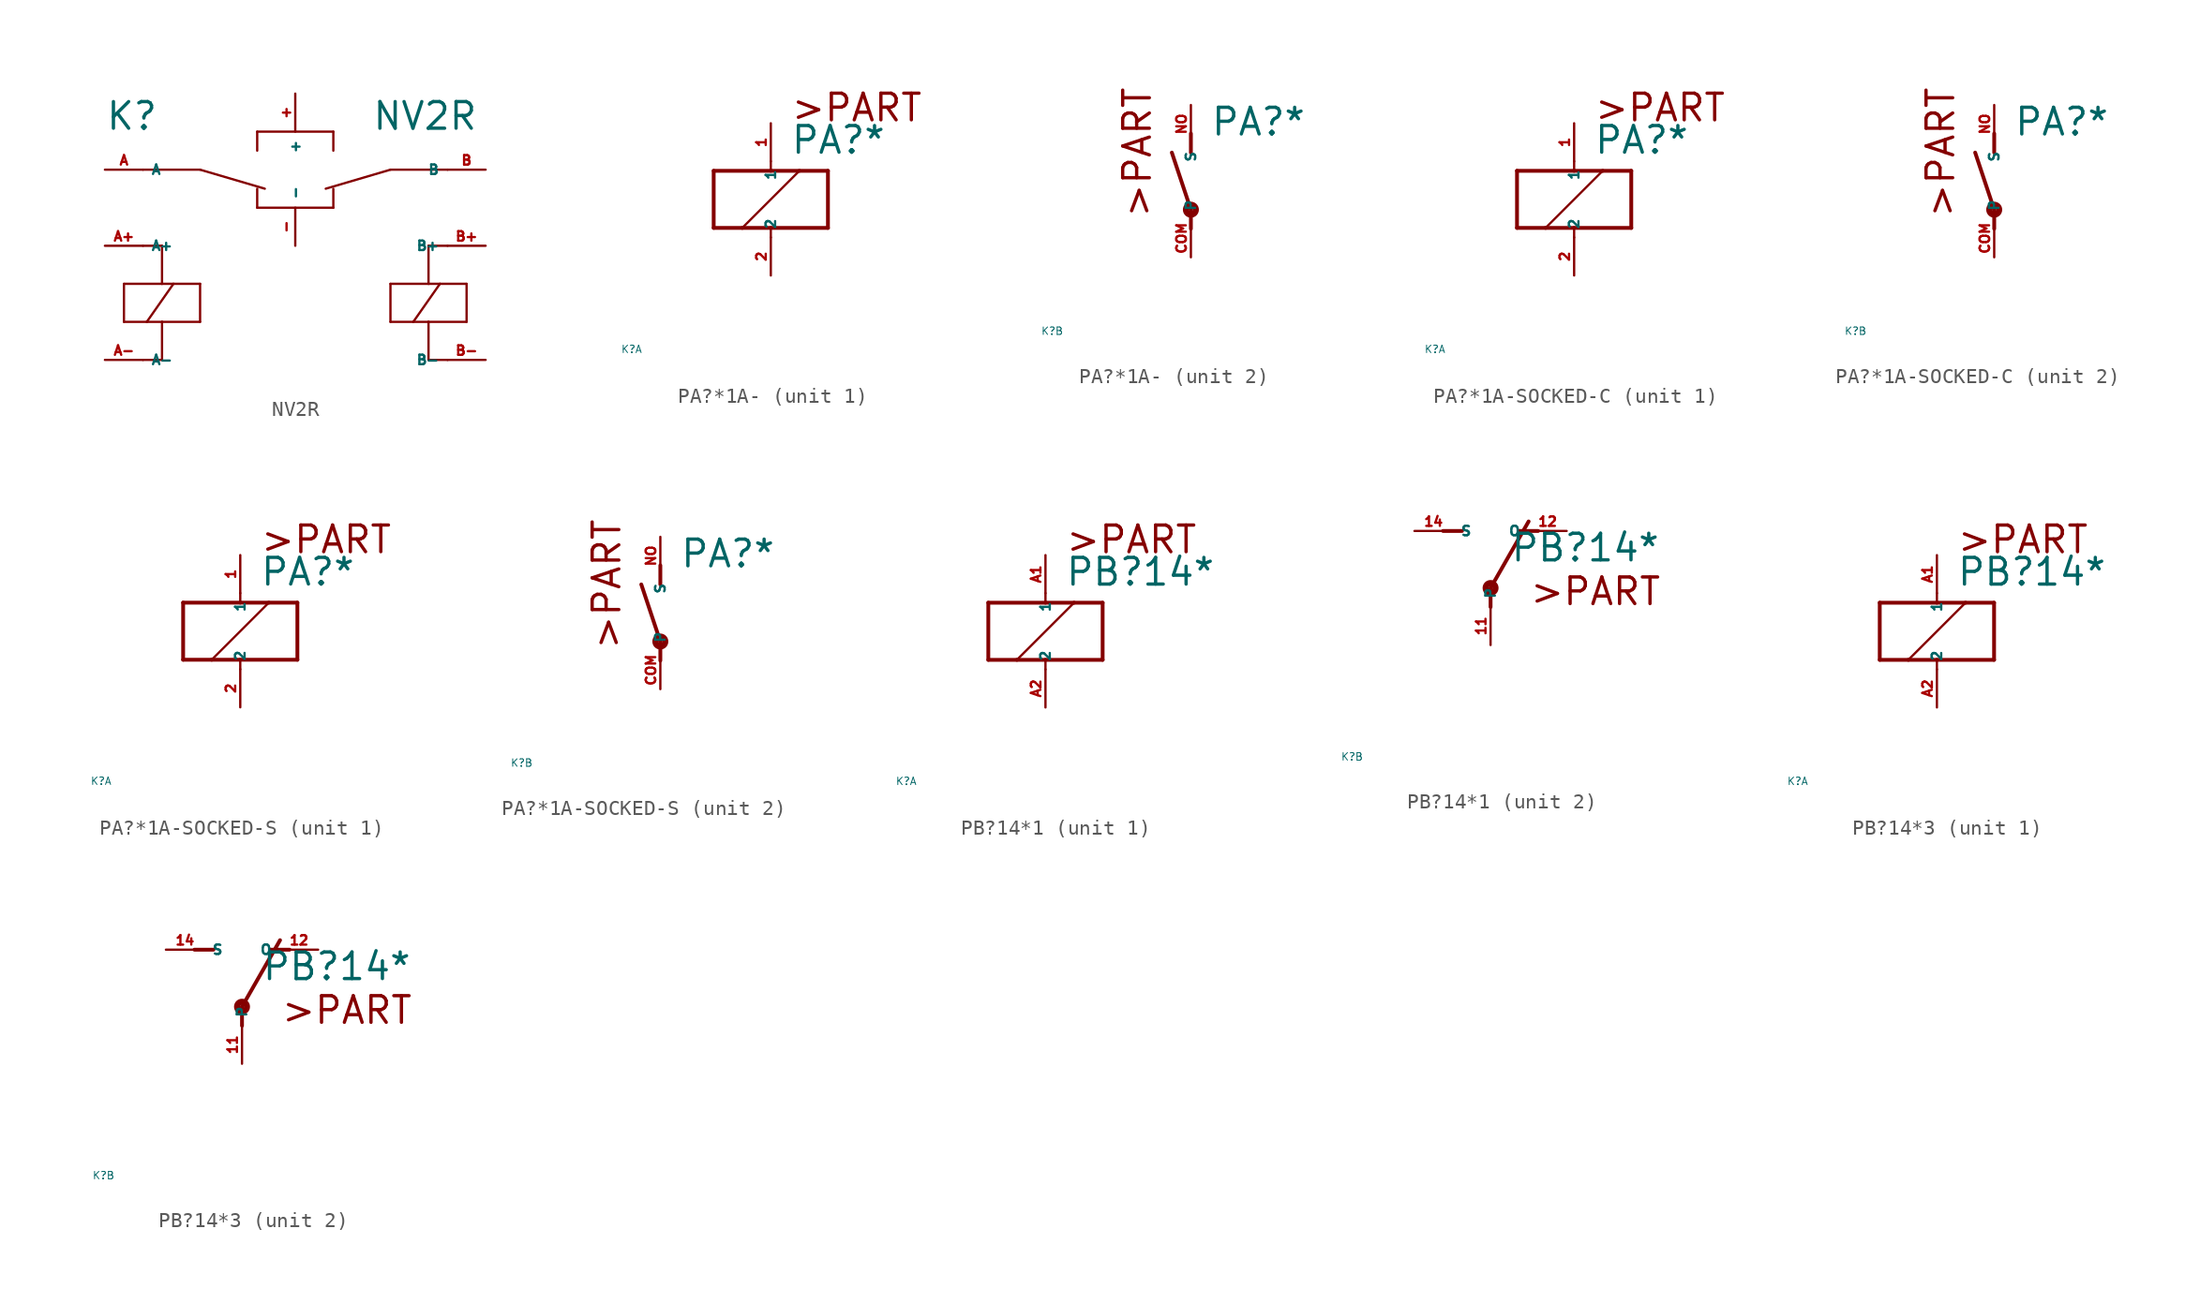
<source format=kicad_sym>
(kicad_symbol_lib
  (version 20220914)
  (generator Eagle2Kicad)
  (symbol "NV2R"
    (property "Reference" "K"
      (at -12.7 2.54 0)
      (effects (font (size 1.778 1.778) (thickness 0.22)) (justify left bottom)))
    (property "Value" "NV2R"
      (at 5.08 2.54 0)
      (effects (font (size 1.778 1.778) (thickness 0.22)) (justify left bottom)))
    (polyline
      (pts (xy -2.54 1.27) (xy -2.54 2.54))
      (stroke (width 0.152) (type default))
      (fill (type none)))
    (polyline
      (pts (xy -2.54 2.54) (xy 2.54 2.54))
      (stroke (width 0.152) (type default))
      (fill (type none)))
    (polyline
      (pts (xy 2.54 2.54) (xy 2.54 1.27))
      (stroke (width 0.152) (type default))
      (fill (type none)))
    (polyline
      (pts (xy -2.54 -1.27) (xy -2.54 -2.54))
      (stroke (width 0.152) (type default))
      (fill (type none)))
    (polyline
      (pts (xy -2.54 -2.54) (xy 2.54 -2.54))
      (stroke (width 0.152) (type default))
      (fill (type none)))
    (polyline
      (pts (xy 2.54 -2.54) (xy 2.54 -1.27))
      (stroke (width 0.152) (type default))
      (fill (type none)))
    (polyline
      (pts (xy -10.16 0) (xy -6.35 0))
      (stroke (width 0.152) (type default))
      (fill (type none)))
    (polyline
      (pts (xy 6.35 0) (xy 10.16 0))
      (stroke (width 0.152) (type default))
      (fill (type none)))
    (polyline
      (pts (xy -10.16 -5.08) (xy -8.89 -5.08))
      (stroke (width 0.152) (type default))
      (fill (type none)))
    (polyline
      (pts (xy -8.89 -5.08) (xy -8.89 -7.62))
      (stroke (width 0.152) (type default))
      (fill (type none)))
    (polyline
      (pts (xy -8.89 -7.62) (xy -11.43 -7.62))
      (stroke (width 0.152) (type default))
      (fill (type none)))
    (polyline
      (pts (xy -11.43 -7.62) (xy -11.43 -10.16))
      (stroke (width 0.152) (type default))
      (fill (type none)))
    (polyline
      (pts (xy -11.43 -10.16) (xy -9.906 -10.16))
      (stroke (width 0.152) (type default))
      (fill (type none)))
    (polyline
      (pts (xy -9.906 -10.16) (xy -8.89 -10.16))
      (stroke (width 0.152) (type default))
      (fill (type none)))
    (polyline
      (pts (xy -8.89 -10.16) (xy -6.35 -10.16))
      (stroke (width 0.152) (type default))
      (fill (type none)))
    (polyline
      (pts (xy -6.35 -10.16) (xy -6.35 -7.62))
      (stroke (width 0.152) (type default))
      (fill (type none)))
    (polyline
      (pts (xy -6.35 -7.62) (xy -8.128 -7.62))
      (stroke (width 0.152) (type default))
      (fill (type none)))
    (polyline
      (pts (xy -8.128 -7.62) (xy -8.89 -7.62))
      (stroke (width 0.152) (type default))
      (fill (type none)))
    (polyline
      (pts (xy -10.16 -12.7) (xy -8.89 -12.7))
      (stroke (width 0.152) (type default))
      (fill (type none)))
    (polyline
      (pts (xy -8.89 -12.7) (xy -8.89 -10.16))
      (stroke (width 0.152) (type default))
      (fill (type none)))
    (polyline
      (pts (xy -9.906 -10.16) (xy -8.128 -7.62))
      (stroke (width 0.152) (type default))
      (fill (type none)))
    (polyline
      (pts (xy 8.89 -5.08) (xy 8.89 -7.62))
      (stroke (width 0.152) (type default))
      (fill (type none)))
    (polyline
      (pts (xy 8.89 -7.62) (xy 6.35 -7.62))
      (stroke (width 0.152) (type default))
      (fill (type none)))
    (polyline
      (pts (xy 6.35 -7.62) (xy 6.35 -10.16))
      (stroke (width 0.152) (type default))
      (fill (type none)))
    (polyline
      (pts (xy 6.35 -10.16) (xy 7.874 -10.16))
      (stroke (width 0.152) (type default))
      (fill (type none)))
    (polyline
      (pts (xy 7.874 -10.16) (xy 8.89 -10.16))
      (stroke (width 0.152) (type default))
      (fill (type none)))
    (polyline
      (pts (xy 8.89 -10.16) (xy 11.43 -10.16))
      (stroke (width 0.152) (type default))
      (fill (type none)))
    (polyline
      (pts (xy 11.43 -10.16) (xy 11.43 -7.62))
      (stroke (width 0.152) (type default))
      (fill (type none)))
    (polyline
      (pts (xy 11.43 -7.62) (xy 9.652 -7.62))
      (stroke (width 0.152) (type default))
      (fill (type none)))
    (polyline
      (pts (xy 9.652 -7.62) (xy 8.89 -7.62))
      (stroke (width 0.152) (type default))
      (fill (type none)))
    (polyline
      (pts (xy 8.89 -12.7) (xy 8.89 -10.16))
      (stroke (width 0.152) (type default))
      (fill (type none)))
    (polyline
      (pts (xy 7.874 -10.16) (xy 9.652 -7.62))
      (stroke (width 0.152) (type default))
      (fill (type none)))
    (polyline
      (pts (xy 8.89 -5.08) (xy 10.16 -5.08))
      (stroke (width 0.152) (type default))
      (fill (type none)))
    (polyline
      (pts (xy 8.89 -12.7) (xy 10.16 -12.7))
      (stroke (width 0.152) (type default))
      (fill (type none)))
    (polyline
      (pts (xy -6.35 0) (xy -2.032 -1.27))
      (stroke (width 0.152) (type default))
      (fill (type none)))
    (polyline
      (pts (xy 6.35 0) (xy 2.032 -1.27))
      (stroke (width 0.152) (type default))
      (fill (type none)))
    (pin passive line
      (at -12.7 -5.08 0)
      (length 2.54)
      (name "A+" (effects (font (size 0.635 0.635) (thickness 0.08)) (justify left bottom)))
      (number "A+" (effects (font (size 0.635 0.635) (thickness 0.08)) (justify left bottom))))
    (pin passive line
      (at -12.7 0 0)
      (length 2.54)
      (name "A" (effects (font (size 0.635 0.635) (thickness 0.08)) (justify left bottom)))
      (number "A" (effects (font (size 0.635 0.635) (thickness 0.08)) (justify left bottom))))
    (pin passive line
      (at -12.7 -12.7 0)
      (length 2.54)
      (name "A-" (effects (font (size 0.635 0.635) (thickness 0.08)) (justify left bottom)))
      (number "A-" (effects (font (size 0.635 0.635) (thickness 0.08)) (justify left bottom))))
    (pin passive line
      (at 0 -5.08 90)
      (length 2.54)
      (name "-" (effects (font (size 0.635 0.635) (thickness 0.08)) (justify left bottom)))
      (number "-" (effects (font (size 0.635 0.635) (thickness 0.08)) (justify left bottom))))
    (pin passive line
      (at 0 5.08 270)
      (length 2.54)
      (name "+" (effects (font (size 0.635 0.635) (thickness 0.08)) (justify left bottom)))
      (number "+" (effects (font (size 0.635 0.635) (thickness 0.08)) (justify left bottom))))
    (pin passive line
      (at 12.7 -5.08 180)
      (length 2.54)
      (name "B+" (effects (font (size 0.635 0.635) (thickness 0.08)) (justify left bottom)))
      (number "B+" (effects (font (size 0.635 0.635) (thickness 0.08)) (justify left bottom))))
    (pin passive line
      (at 12.7 0 180)
      (length 2.54)
      (name "B" (effects (font (size 0.635 0.635) (thickness 0.08)) (justify left bottom)))
      (number "B" (effects (font (size 0.635 0.635) (thickness 0.08)) (justify left bottom))))
    (pin passive line
      (at 12.7 -12.7 180)
      (length 2.54)
      (name "B-" (effects (font (size 0.635 0.635) (thickness 0.08)) (justify left bottom)))
      (number "B-" (effects (font (size 0.635 0.635) (thickness 0.08)) (justify left bottom)))))
  (symbol "PA?*1A-"
    (property "Reference" "K"
      (at -10 -10 0)
      (effects (font (size 0.5 0.5) (thickness 0.06)) (justify left)))
    (property "Value" "PA?*"
      (at 1.27 2.921 0)
      (effects (font (size 1.778 1.778) (thickness 0.22)) (justify left bottom)))
    (symbol "PA?*1A-_1_0"
      (polyline (pts (xy -3.81 -1.905) (xy -1.905 -1.905)) (stroke (width 0.254) (type default)) (fill (type none)))
      (polyline (pts (xy 3.81 -1.905) (xy 3.81 1.905)) (stroke (width 0.254) (type default)) (fill (type none)))
      (polyline (pts (xy 3.81 1.905) (xy 1.905 1.905)) (stroke (width 0.254) (type default)) (fill (type none)))
      (polyline (pts (xy -3.81 1.905) (xy -3.81 -1.905)) (stroke (width 0.254) (type default)) (fill (type none)))
      (polyline (pts (xy 0 -2.54) (xy 0 -1.905)) (stroke (width 0.152) (type default)) (fill (type none)))
      (polyline (pts (xy 0 -1.905) (xy 3.81 -1.905)) (stroke (width 0.254) (type default)) (fill (type none)))
      (polyline (pts (xy 0 2.54) (xy 0 1.905)) (stroke (width 0.152) (type default)) (fill (type none)))
      (polyline (pts (xy 0 1.905) (xy -3.81 1.905)) (stroke (width 0.254) (type default)) (fill (type none)))
      (polyline (pts (xy -1.905 -1.905) (xy 1.905 1.905)) (stroke (width 0.152) (type default)) (fill (type none)))
      (polyline (pts (xy -1.905 -1.905) (xy 0 -1.905)) (stroke (width 0.254) (type default)) (fill (type none)))
      (polyline (pts (xy 1.905 1.905) (xy 0 1.905)) (stroke (width 0.254) (type default)) (fill (type none)))
      (text ">PART" (at 1.27 5.08 0) (effects (font (size 1.778 1.778) (thickness 0.22)) (justify left bottom)))
      (pin passive line (at 0 -5.08 90) (length 2.54) (name "2" (effects (font (size 0.635 0.635) (thickness 0.08)) (justify left bottom))) (number "2" (effects (font (size 0.635 0.635) (thickness 0.08)) (justify left bottom))))
      (pin passive line (at 0 5.08 270) (length 2.54) (name "1" (effects (font (size 0.635 0.635) (thickness 0.08)) (justify left bottom))) (number "1" (effects (font (size 0.635 0.635) (thickness 0.08)) (justify left bottom)))))
    (symbol "PA?*1A-_2_0"
      (polyline (pts (xy 0 3.175) (xy 0 1.905)) (stroke (width 0.254) (type default)) (fill (type none)))
      (polyline (pts (xy 0 -3.175) (xy 0 -1.905)) (stroke (width 0.254) (type default)) (fill (type none)))
      (polyline (pts (xy 0 -1.905) (xy -1.27 1.905)) (stroke (width 0.254) (type default)) (fill (type none)))
      (text ">PART" (at -2.54 -2.54 900) (effects (font (size 1.778 1.778) (thickness 0.22)) (justify left bottom)))
      (circle (center 0 -1.905) (radius 0.127) (stroke (width 0.406) (type default)) (fill (type none)))
      (pin passive line (at 0 -5.08 90) (length 2.54) (name "P" (effects (font (size 0.635 0.635) (thickness 0.08)) (justify left bottom))) (number "COM" (effects (font (size 0.635 0.635) (thickness 0.08)) (justify left bottom))))
      (pin passive line (at 0 5.08 270) (length 2.54) (name "S" (effects (font (size 0.635 0.635) (thickness 0.08)) (justify left bottom))) (number "NO" (effects (font (size 0.635 0.635) (thickness 0.08)) (justify left bottom))))))
  (symbol "PA?*1A-SOCKED-C"
    (property "Reference" "K"
      (at -10 -10 0)
      (effects (font (size 0.5 0.5) (thickness 0.06)) (justify left)))
    (property "Value" "PA?*"
      (at 1.27 2.921 0)
      (effects (font (size 1.778 1.778) (thickness 0.22)) (justify left bottom)))
    (symbol "PA?*1A-SOCKED-C_1_0"
      (polyline (pts (xy -3.81 -1.905) (xy -1.905 -1.905)) (stroke (width 0.254) (type default)) (fill (type none)))
      (polyline (pts (xy 3.81 -1.905) (xy 3.81 1.905)) (stroke (width 0.254) (type default)) (fill (type none)))
      (polyline (pts (xy 3.81 1.905) (xy 1.905 1.905)) (stroke (width 0.254) (type default)) (fill (type none)))
      (polyline (pts (xy -3.81 1.905) (xy -3.81 -1.905)) (stroke (width 0.254) (type default)) (fill (type none)))
      (polyline (pts (xy 0 -2.54) (xy 0 -1.905)) (stroke (width 0.152) (type default)) (fill (type none)))
      (polyline (pts (xy 0 -1.905) (xy 3.81 -1.905)) (stroke (width 0.254) (type default)) (fill (type none)))
      (polyline (pts (xy 0 2.54) (xy 0 1.905)) (stroke (width 0.152) (type default)) (fill (type none)))
      (polyline (pts (xy 0 1.905) (xy -3.81 1.905)) (stroke (width 0.254) (type default)) (fill (type none)))
      (polyline (pts (xy -1.905 -1.905) (xy 1.905 1.905)) (stroke (width 0.152) (type default)) (fill (type none)))
      (polyline (pts (xy -1.905 -1.905) (xy 0 -1.905)) (stroke (width 0.254) (type default)) (fill (type none)))
      (polyline (pts (xy 1.905 1.905) (xy 0 1.905)) (stroke (width 0.254) (type default)) (fill (type none)))
      (text ">PART" (at 1.27 5.08 0) (effects (font (size 1.778 1.778) (thickness 0.22)) (justify left bottom)))
      (pin passive line (at 0 -5.08 90) (length 2.54) (name "2" (effects (font (size 0.635 0.635) (thickness 0.08)) (justify left bottom))) (number "2" (effects (font (size 0.635 0.635) (thickness 0.08)) (justify left bottom))))
      (pin passive line (at 0 5.08 270) (length 2.54) (name "1" (effects (font (size 0.635 0.635) (thickness 0.08)) (justify left bottom))) (number "1" (effects (font (size 0.635 0.635) (thickness 0.08)) (justify left bottom)))))
    (symbol "PA?*1A-SOCKED-C_2_0"
      (polyline (pts (xy 0 3.175) (xy 0 1.905)) (stroke (width 0.254) (type default)) (fill (type none)))
      (polyline (pts (xy 0 -3.175) (xy 0 -1.905)) (stroke (width 0.254) (type default)) (fill (type none)))
      (polyline (pts (xy 0 -1.905) (xy -1.27 1.905)) (stroke (width 0.254) (type default)) (fill (type none)))
      (text ">PART" (at -2.54 -2.54 900) (effects (font (size 1.778 1.778) (thickness 0.22)) (justify left bottom)))
      (circle (center 0 -1.905) (radius 0.127) (stroke (width 0.406) (type default)) (fill (type none)))
      (pin passive line (at 0 -5.08 90) (length 2.54) (name "P" (effects (font (size 0.635 0.635) (thickness 0.08)) (justify left bottom))) (number "COM" (effects (font (size 0.635 0.635) (thickness 0.08)) (justify left bottom))))
      (pin passive line (at 0 5.08 270) (length 2.54) (name "S" (effects (font (size 0.635 0.635) (thickness 0.08)) (justify left bottom))) (number "NO" (effects (font (size 0.635 0.635) (thickness 0.08)) (justify left bottom))))))
  (symbol "PA?*1A-SOCKED-S"
    (property "Reference" "K"
      (at -10 -10 0)
      (effects (font (size 0.5 0.5) (thickness 0.06)) (justify left)))
    (property "Value" "PA?*"
      (at 1.27 2.921 0)
      (effects (font (size 1.778 1.778) (thickness 0.22)) (justify left bottom)))
    (symbol "PA?*1A-SOCKED-S_1_0"
      (polyline (pts (xy -3.81 -1.905) (xy -1.905 -1.905)) (stroke (width 0.254) (type default)) (fill (type none)))
      (polyline (pts (xy 3.81 -1.905) (xy 3.81 1.905)) (stroke (width 0.254) (type default)) (fill (type none)))
      (polyline (pts (xy 3.81 1.905) (xy 1.905 1.905)) (stroke (width 0.254) (type default)) (fill (type none)))
      (polyline (pts (xy -3.81 1.905) (xy -3.81 -1.905)) (stroke (width 0.254) (type default)) (fill (type none)))
      (polyline (pts (xy 0 -2.54) (xy 0 -1.905)) (stroke (width 0.152) (type default)) (fill (type none)))
      (polyline (pts (xy 0 -1.905) (xy 3.81 -1.905)) (stroke (width 0.254) (type default)) (fill (type none)))
      (polyline (pts (xy 0 2.54) (xy 0 1.905)) (stroke (width 0.152) (type default)) (fill (type none)))
      (polyline (pts (xy 0 1.905) (xy -3.81 1.905)) (stroke (width 0.254) (type default)) (fill (type none)))
      (polyline (pts (xy -1.905 -1.905) (xy 1.905 1.905)) (stroke (width 0.152) (type default)) (fill (type none)))
      (polyline (pts (xy -1.905 -1.905) (xy 0 -1.905)) (stroke (width 0.254) (type default)) (fill (type none)))
      (polyline (pts (xy 1.905 1.905) (xy 0 1.905)) (stroke (width 0.254) (type default)) (fill (type none)))
      (text ">PART" (at 1.27 5.08 0) (effects (font (size 1.778 1.778) (thickness 0.22)) (justify left bottom)))
      (pin passive line (at 0 -5.08 90) (length 2.54) (name "2" (effects (font (size 0.635 0.635) (thickness 0.08)) (justify left bottom))) (number "2" (effects (font (size 0.635 0.635) (thickness 0.08)) (justify left bottom))))
      (pin passive line (at 0 5.08 270) (length 2.54) (name "1" (effects (font (size 0.635 0.635) (thickness 0.08)) (justify left bottom))) (number "1" (effects (font (size 0.635 0.635) (thickness 0.08)) (justify left bottom)))))
    (symbol "PA?*1A-SOCKED-S_2_0"
      (polyline (pts (xy 0 3.175) (xy 0 1.905)) (stroke (width 0.254) (type default)) (fill (type none)))
      (polyline (pts (xy 0 -3.175) (xy 0 -1.905)) (stroke (width 0.254) (type default)) (fill (type none)))
      (polyline (pts (xy 0 -1.905) (xy -1.27 1.905)) (stroke (width 0.254) (type default)) (fill (type none)))
      (text ">PART" (at -2.54 -2.54 900) (effects (font (size 1.778 1.778) (thickness 0.22)) (justify left bottom)))
      (circle (center 0 -1.905) (radius 0.127) (stroke (width 0.406) (type default)) (fill (type none)))
      (pin passive line (at 0 -5.08 90) (length 2.54) (name "P" (effects (font (size 0.635 0.635) (thickness 0.08)) (justify left bottom))) (number "COM" (effects (font (size 0.635 0.635) (thickness 0.08)) (justify left bottom))))
      (pin passive line (at 0 5.08 270) (length 2.54) (name "S" (effects (font (size 0.635 0.635) (thickness 0.08)) (justify left bottom))) (number "NO" (effects (font (size 0.635 0.635) (thickness 0.08)) (justify left bottom))))))
  (symbol "PB?14*1"
    (property "Reference" "K"
      (at -10 -10 0)
      (effects (font (size 0.5 0.5) (thickness 0.06)) (justify left)))
    (property "Value" "PB?14*"
      (at 1.27 2.921 0)
      (effects (font (size 1.778 1.778) (thickness 0.22)) (justify left bottom)))
    (symbol "PB?14*1_1_0"
      (polyline (pts (xy -3.81 -1.905) (xy -1.905 -1.905)) (stroke (width 0.254) (type default)) (fill (type none)))
      (polyline (pts (xy 3.81 -1.905) (xy 3.81 1.905)) (stroke (width 0.254) (type default)) (fill (type none)))
      (polyline (pts (xy 3.81 1.905) (xy 1.905 1.905)) (stroke (width 0.254) (type default)) (fill (type none)))
      (polyline (pts (xy -3.81 1.905) (xy -3.81 -1.905)) (stroke (width 0.254) (type default)) (fill (type none)))
      (polyline (pts (xy 0 -2.54) (xy 0 -1.905)) (stroke (width 0.152) (type default)) (fill (type none)))
      (polyline (pts (xy 0 -1.905) (xy 3.81 -1.905)) (stroke (width 0.254) (type default)) (fill (type none)))
      (polyline (pts (xy 0 2.54) (xy 0 1.905)) (stroke (width 0.152) (type default)) (fill (type none)))
      (polyline (pts (xy 0 1.905) (xy -3.81 1.905)) (stroke (width 0.254) (type default)) (fill (type none)))
      (polyline (pts (xy -1.905 -1.905) (xy 1.905 1.905)) (stroke (width 0.152) (type default)) (fill (type none)))
      (polyline (pts (xy -1.905 -1.905) (xy 0 -1.905)) (stroke (width 0.254) (type default)) (fill (type none)))
      (polyline (pts (xy 1.905 1.905) (xy 0 1.905)) (stroke (width 0.254) (type default)) (fill (type none)))
      (text ">PART" (at 1.27 5.08 0) (effects (font (size 1.778 1.778) (thickness 0.22)) (justify left bottom)))
      (pin passive line (at 0 -5.08 90) (length 2.54) (name "2" (effects (font (size 0.635 0.635) (thickness 0.08)) (justify left bottom))) (number "A2" (effects (font (size 0.635 0.635) (thickness 0.08)) (justify left bottom))))
      (pin passive line (at 0 5.08 270) (length 2.54) (name "1" (effects (font (size 0.635 0.635) (thickness 0.08)) (justify left bottom))) (number "A1" (effects (font (size 0.635 0.635) (thickness 0.08)) (justify left bottom)))))
    (symbol "PB?14*1_2_0"
      (polyline (pts (xy 3.175 5.08) (xy 1.905 5.08)) (stroke (width 0.254) (type default)) (fill (type none)))
      (polyline (pts (xy -3.175 5.08) (xy -1.905 5.08)) (stroke (width 0.254) (type default)) (fill (type none)))
      (polyline (pts (xy 0 1.27) (xy 2.54 5.715)) (stroke (width 0.254) (type default)) (fill (type none)))
      (polyline (pts (xy 0 1.27) (xy 0 0)) (stroke (width 0.254) (type default)) (fill (type none)))
      (text ">PART" (at 2.54 0 0) (effects (font (size 1.778 1.778) (thickness 0.22)) (justify left bottom)))
      (circle (center 0 1.27) (radius 0.127) (stroke (width 0.406) (type default)) (fill (type none)))
      (pin passive line (at 5.08 5.08 180) (length 2.54) (name "O" (effects (font (size 0.635 0.635) (thickness 0.08)) (justify left bottom))) (number "12" (effects (font (size 0.635 0.635) (thickness 0.08)) (justify left bottom))))
      (pin passive line (at -5.08 5.08 0) (length 2.54) (name "S" (effects (font (size 0.635 0.635) (thickness 0.08)) (justify left bottom))) (number "14" (effects (font (size 0.635 0.635) (thickness 0.08)) (justify left bottom))))
      (pin passive line (at 0 -2.54 90) (length 2.54) (name "P" (effects (font (size 0.635 0.635) (thickness 0.08)) (justify left bottom))) (number "11" (effects (font (size 0.635 0.635) (thickness 0.08)) (justify left bottom))))))
  (symbol "PB?14*3"
    (property "Reference" "K"
      (at -10 -10 0)
      (effects (font (size 0.5 0.5) (thickness 0.06)) (justify left)))
    (property "Value" "PB?14*"
      (at 1.27 2.921 0)
      (effects (font (size 1.778 1.778) (thickness 0.22)) (justify left bottom)))
    (symbol "PB?14*3_1_0"
      (polyline (pts (xy -3.81 -1.905) (xy -1.905 -1.905)) (stroke (width 0.254) (type default)) (fill (type none)))
      (polyline (pts (xy 3.81 -1.905) (xy 3.81 1.905)) (stroke (width 0.254) (type default)) (fill (type none)))
      (polyline (pts (xy 3.81 1.905) (xy 1.905 1.905)) (stroke (width 0.254) (type default)) (fill (type none)))
      (polyline (pts (xy -3.81 1.905) (xy -3.81 -1.905)) (stroke (width 0.254) (type default)) (fill (type none)))
      (polyline (pts (xy 0 -2.54) (xy 0 -1.905)) (stroke (width 0.152) (type default)) (fill (type none)))
      (polyline (pts (xy 0 -1.905) (xy 3.81 -1.905)) (stroke (width 0.254) (type default)) (fill (type none)))
      (polyline (pts (xy 0 2.54) (xy 0 1.905)) (stroke (width 0.152) (type default)) (fill (type none)))
      (polyline (pts (xy 0 1.905) (xy -3.81 1.905)) (stroke (width 0.254) (type default)) (fill (type none)))
      (polyline (pts (xy -1.905 -1.905) (xy 1.905 1.905)) (stroke (width 0.152) (type default)) (fill (type none)))
      (polyline (pts (xy -1.905 -1.905) (xy 0 -1.905)) (stroke (width 0.254) (type default)) (fill (type none)))
      (polyline (pts (xy 1.905 1.905) (xy 0 1.905)) (stroke (width 0.254) (type default)) (fill (type none)))
      (text ">PART" (at 1.27 5.08 0) (effects (font (size 1.778 1.778) (thickness 0.22)) (justify left bottom)))
      (pin passive line (at 0 -5.08 90) (length 2.54) (name "2" (effects (font (size 0.635 0.635) (thickness 0.08)) (justify left bottom))) (number "A2" (effects (font (size 0.635 0.635) (thickness 0.08)) (justify left bottom))))
      (pin passive line (at 0 5.08 270) (length 2.54) (name "1" (effects (font (size 0.635 0.635) (thickness 0.08)) (justify left bottom))) (number "A1" (effects (font (size 0.635 0.635) (thickness 0.08)) (justify left bottom)))))
    (symbol "PB?14*3_2_0"
      (polyline (pts (xy 3.175 5.08) (xy 1.905 5.08)) (stroke (width 0.254) (type default)) (fill (type none)))
      (polyline (pts (xy -3.175 5.08) (xy -1.905 5.08)) (stroke (width 0.254) (type default)) (fill (type none)))
      (polyline (pts (xy 0 1.27) (xy 2.54 5.715)) (stroke (width 0.254) (type default)) (fill (type none)))
      (polyline (pts (xy 0 1.27) (xy 0 0)) (stroke (width 0.254) (type default)) (fill (type none)))
      (text ">PART" (at 2.54 0 0) (effects (font (size 1.778 1.778) (thickness 0.22)) (justify left bottom)))
      (circle (center 0 1.27) (radius 0.127) (stroke (width 0.406) (type default)) (fill (type none)))
      (pin passive line (at 5.08 5.08 180) (length 2.54) (name "O" (effects (font (size 0.635 0.635) (thickness 0.08)) (justify left bottom))) (number "12" (effects (font (size 0.635 0.635) (thickness 0.08)) (justify left bottom))))
      (pin passive line (at -5.08 5.08 0) (length 2.54) (name "S" (effects (font (size 0.635 0.635) (thickness 0.08)) (justify left bottom))) (number "14" (effects (font (size 0.635 0.635) (thickness 0.08)) (justify left bottom))))
      (pin passive line (at 0 -2.54 90) (length 2.54) (name "P" (effects (font (size 0.635 0.635) (thickness 0.08)) (justify left bottom))) (number "11" (effects (font (size 0.635 0.635) (thickness 0.08)) (justify left bottom)))))))
</source>
